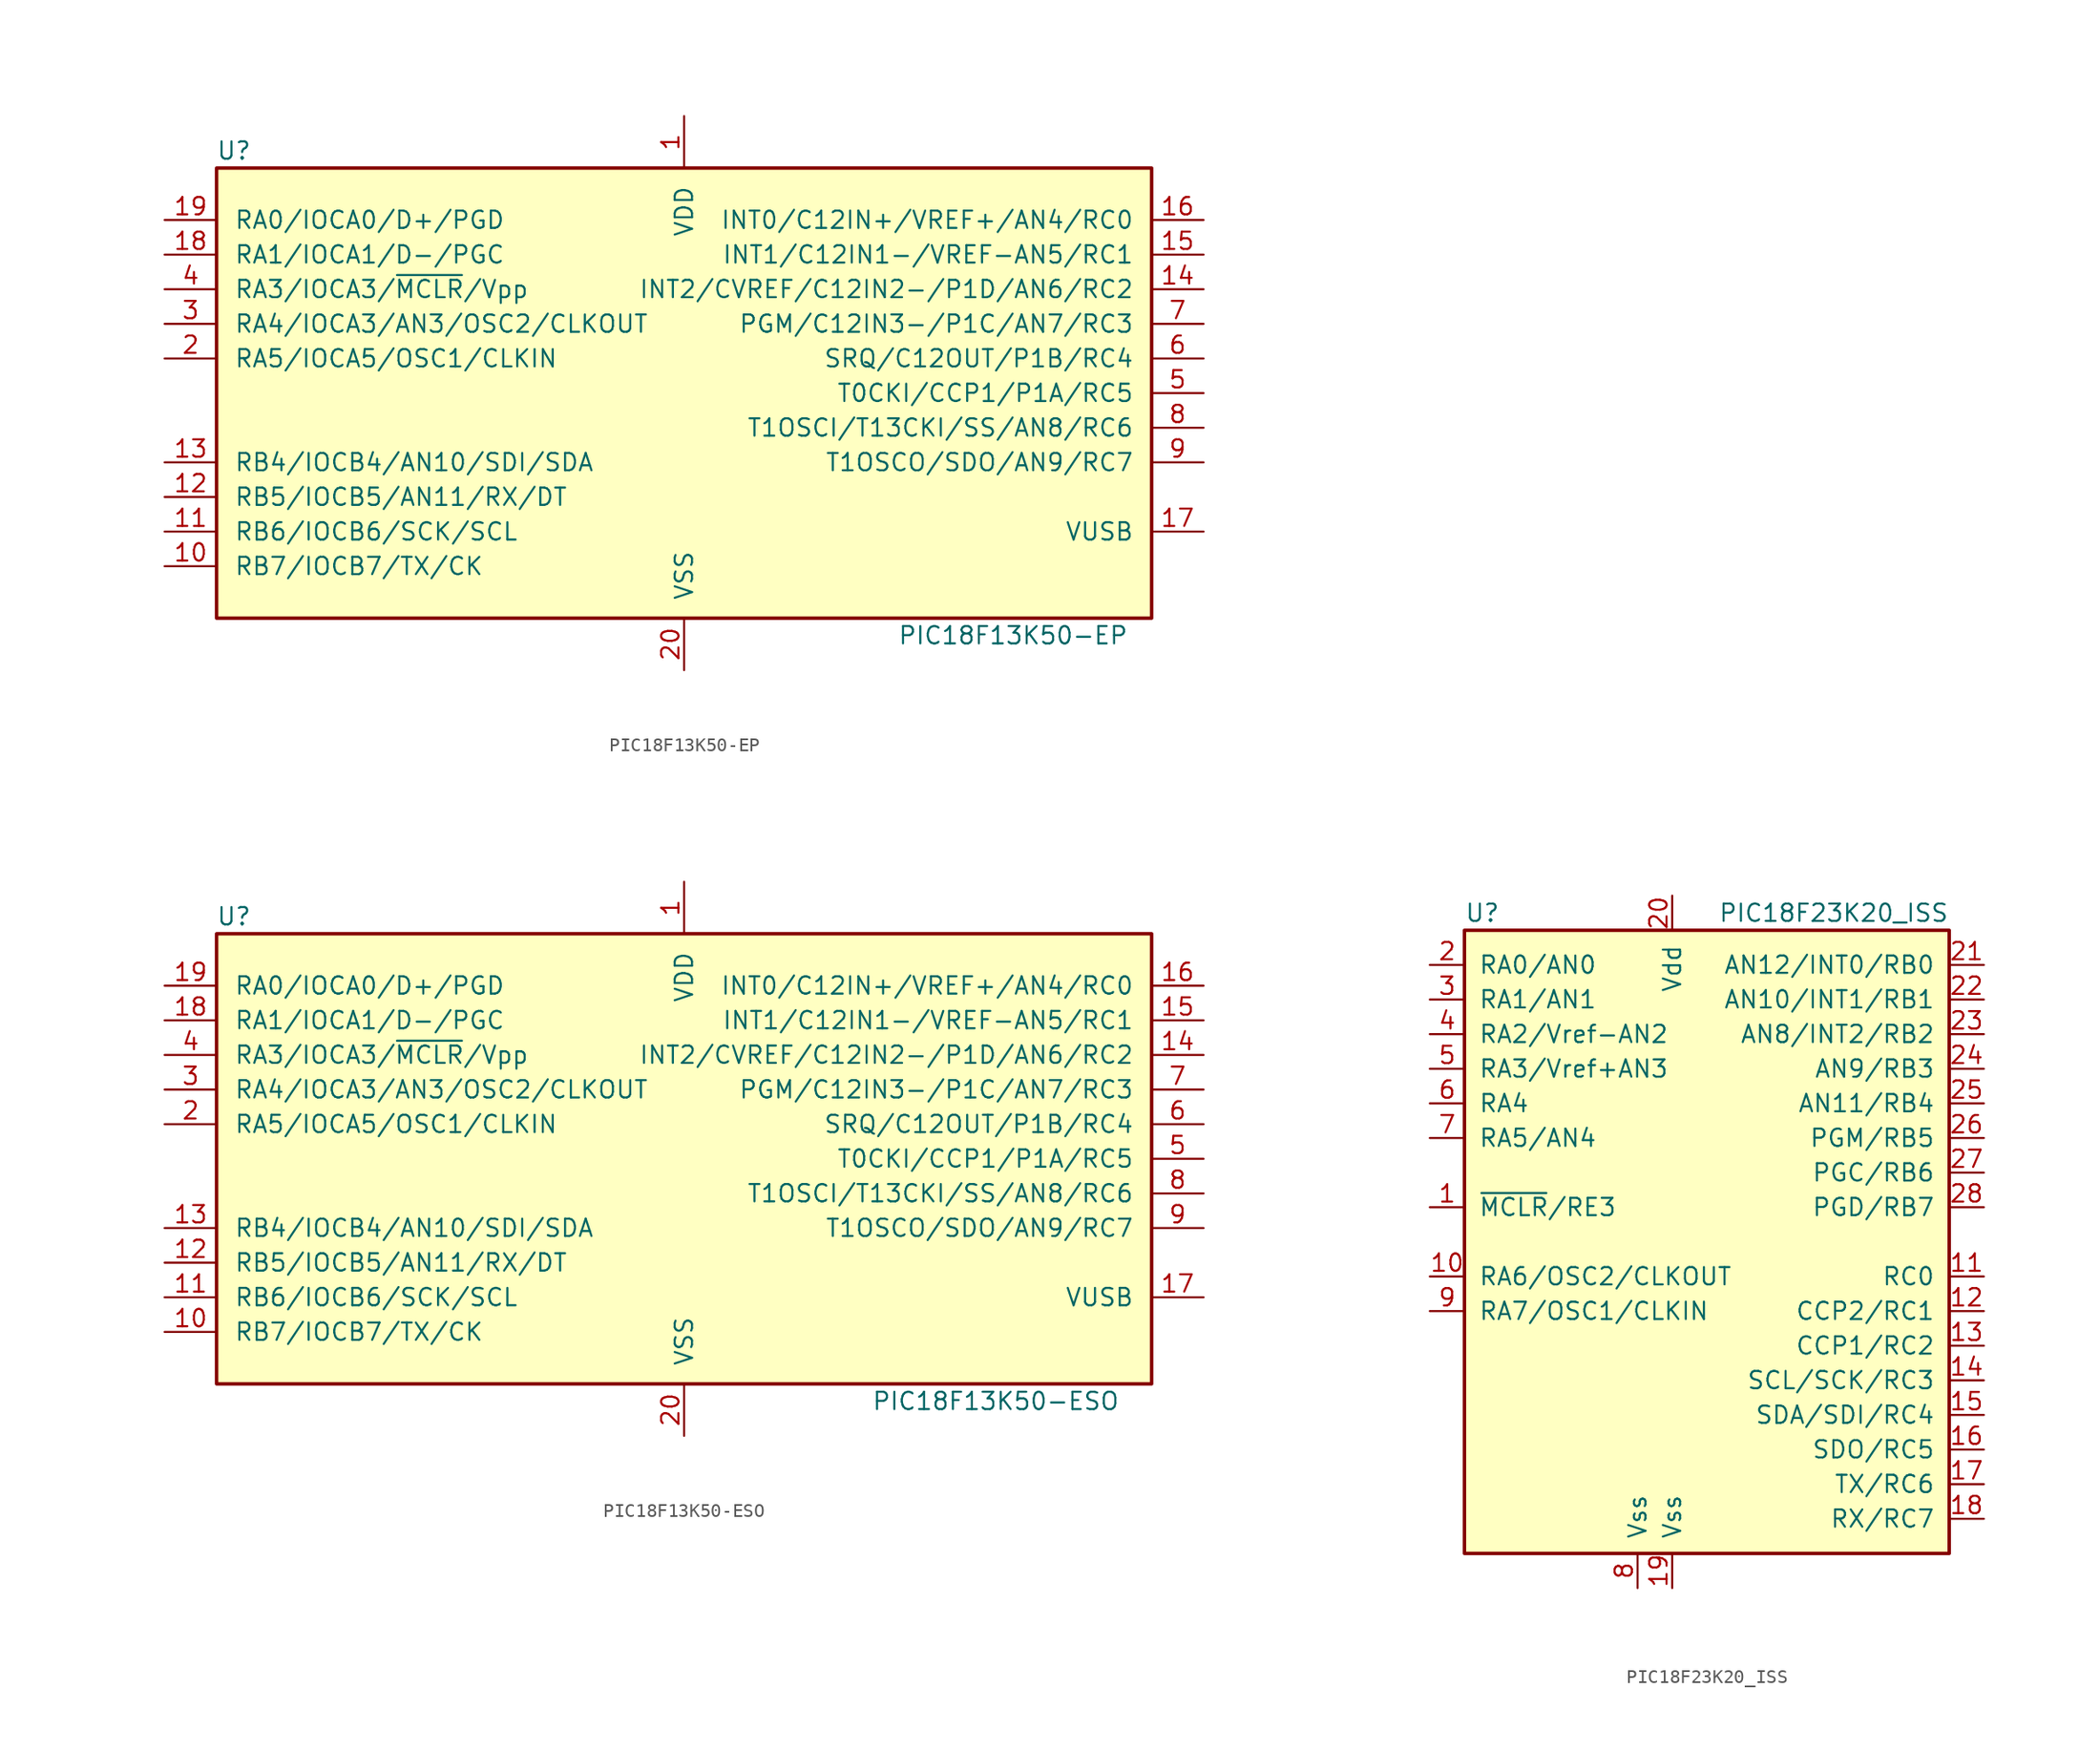
<source format=kicad_sym>
(kicad_symbol_lib
  (version 20231120)
  (generator "kicad_symbol_editor")
  (generator_version "8.0")
  (symbol "PIC18F13K50-EP"
    (pin_names
      (offset 1.27))
    (property "Reference" "U"
      (at -33.02 17.78 0)
      (effects (font (size 1.27 1.27))))
    (property "Value" "PIC18F13K50-EP"
      (at 24.13 -17.78 0)
      (effects (font (size 1.27 1.27))))
    (symbol "PIC18F13K50-EP_0_1"
      (rectangle (start -34.29 16.51) (end 34.29 -16.51) (stroke (width 0.254) (type default)) (fill (type background))))
    (symbol "PIC18F13K50-EP_1_1"
      (pin power_in line (at 0 20.32 270) (length 3.81) (name "VDD" (effects (font (size 1.27 1.27)))) (number "1" (effects (font (size 1.27 1.27)))))
      (pin bidirectional line (at -38.1 -12.7 0) (length 3.81) (name "RB7/IOCB7/TX/CK" (effects (font (size 1.27 1.27)))) (number "10" (effects (font (size 1.27 1.27)))))
      (pin bidirectional line (at -38.1 -10.16 0) (length 3.81) (name "RB6/IOCB6/SCK/SCL" (effects (font (size 1.27 1.27)))) (number "11" (effects (font (size 1.27 1.27)))))
      (pin bidirectional line (at -38.1 -7.62 0) (length 3.81) (name "RB5/IOCB5/AN11/RX/DT" (effects (font (size 1.27 1.27)))) (number "12" (effects (font (size 1.27 1.27)))))
      (pin bidirectional line (at -38.1 -5.08 0) (length 3.81) (name "RB4/IOCB4/AN10/SDI/SDA" (effects (font (size 1.27 1.27)))) (number "13" (effects (font (size 1.27 1.27)))))
      (pin bidirectional line (at 38.1 7.62 180) (length 3.81) (name "INT2/CVREF/C12IN2-/P1D/AN6/RC2" (effects (font (size 1.27 1.27)))) (number "14" (effects (font (size 1.27 1.27)))))
      (pin bidirectional line (at 38.1 10.16 180) (length 3.81) (name "INT1/C12IN1-/VREF-AN5/RC1" (effects (font (size 1.27 1.27)))) (number "15" (effects (font (size 1.27 1.27)))))
      (pin bidirectional line (at 38.1 12.7 180) (length 3.81) (name "INT0/C12IN+/VREF+/AN4/RC0" (effects (font (size 1.27 1.27)))) (number "16" (effects (font (size 1.27 1.27)))))
      (pin passive line (at 38.1 -10.16 180) (length 3.81) (name "VUSB" (effects (font (size 1.27 1.27)))) (number "17" (effects (font (size 1.27 1.27)))))
      (pin bidirectional line (at -38.1 10.16 0) (length 3.81) (name "RA1/IOCA1/D-/PGC" (effects (font (size 1.27 1.27)))) (number "18" (effects (font (size 1.27 1.27)))))
      (pin bidirectional line (at -38.1 12.7 0) (length 3.81) (name "RA0/IOCA0/D+/PGD" (effects (font (size 1.27 1.27)))) (number "19" (effects (font (size 1.27 1.27)))))
      (pin bidirectional line (at -38.1 2.54 0) (length 3.81) (name "RA5/IOCA5/OSC1/CLKIN" (effects (font (size 1.27 1.27)))) (number "2" (effects (font (size 1.27 1.27)))))
      (pin power_in line (at 0 -20.32 90) (length 3.81) (name "VSS" (effects (font (size 1.27 1.27)))) (number "20" (effects (font (size 1.27 1.27)))))
      (pin bidirectional line (at -38.1 5.08 0) (length 3.81) (name "RA4/IOCA3/AN3/OSC2/CLKOUT" (effects (font (size 1.27 1.27)))) (number "3" (effects (font (size 1.27 1.27)))))
      (pin input line (at -38.1 7.62 0) (length 3.81) (name "RA3/IOCA3/~{MCLR}/Vpp" (effects (font (size 1.27 1.27)))) (number "4" (effects (font (size 1.27 1.27)))))
      (pin bidirectional line (at 38.1 0 180) (length 3.81) (name "T0CKI/CCP1/P1A/RC5" (effects (font (size 1.27 1.27)))) (number "5" (effects (font (size 1.27 1.27)))))
      (pin bidirectional line (at 38.1 2.54 180) (length 3.81) (name "SRQ/C12OUT/P1B/RC4" (effects (font (size 1.27 1.27)))) (number "6" (effects (font (size 1.27 1.27)))))
      (pin bidirectional line (at 38.1 5.08 180) (length 3.81) (name "PGM/C12IN3-/P1C/AN7/RC3" (effects (font (size 1.27 1.27)))) (number "7" (effects (font (size 1.27 1.27)))))
      (pin bidirectional line (at 38.1 -2.54 180) (length 3.81) (name "T1OSCI/T13CKI/SS/AN8/RC6" (effects (font (size 1.27 1.27)))) (number "8" (effects (font (size 1.27 1.27)))))
      (pin bidirectional line (at 38.1 -5.08 180) (length 3.81) (name "T1OSCO/SDO/AN9/RC7" (effects (font (size 1.27 1.27)))) (number "9" (effects (font (size 1.27 1.27)))))))
  (symbol "PIC18F13K50-ESO"
    (pin_names
      (offset 1.27))
    (property "Reference" "U"
      (at -33.02 17.78 0)
      (effects (font (size 1.27 1.27))))
    (property "Value" "PIC18F13K50-ESO"
      (at 22.86 -17.78 0)
      (effects (font (size 1.27 1.27))))
    (symbol "PIC18F13K50-ESO_0_1"
      (rectangle (start -34.29 16.51) (end 34.29 -16.51) (stroke (width 0.254) (type default)) (fill (type background))))
    (symbol "PIC18F13K50-ESO_1_1"
      (pin power_in line (at 0 20.32 270) (length 3.81) (name "VDD" (effects (font (size 1.27 1.27)))) (number "1" (effects (font (size 1.27 1.27)))))
      (pin bidirectional line (at -38.1 -12.7 0) (length 3.81) (name "RB7/IOCB7/TX/CK" (effects (font (size 1.27 1.27)))) (number "10" (effects (font (size 1.27 1.27)))))
      (pin bidirectional line (at -38.1 -10.16 0) (length 3.81) (name "RB6/IOCB6/SCK/SCL" (effects (font (size 1.27 1.27)))) (number "11" (effects (font (size 1.27 1.27)))))
      (pin bidirectional line (at -38.1 -7.62 0) (length 3.81) (name "RB5/IOCB5/AN11/RX/DT" (effects (font (size 1.27 1.27)))) (number "12" (effects (font (size 1.27 1.27)))))
      (pin bidirectional line (at -38.1 -5.08 0) (length 3.81) (name "RB4/IOCB4/AN10/SDI/SDA" (effects (font (size 1.27 1.27)))) (number "13" (effects (font (size 1.27 1.27)))))
      (pin bidirectional line (at 38.1 7.62 180) (length 3.81) (name "INT2/CVREF/C12IN2-/P1D/AN6/RC2" (effects (font (size 1.27 1.27)))) (number "14" (effects (font (size 1.27 1.27)))))
      (pin bidirectional line (at 38.1 10.16 180) (length 3.81) (name "INT1/C12IN1-/VREF-AN5/RC1" (effects (font (size 1.27 1.27)))) (number "15" (effects (font (size 1.27 1.27)))))
      (pin bidirectional line (at 38.1 12.7 180) (length 3.81) (name "INT0/C12IN+/VREF+/AN4/RC0" (effects (font (size 1.27 1.27)))) (number "16" (effects (font (size 1.27 1.27)))))
      (pin passive line (at 38.1 -10.16 180) (length 3.81) (name "VUSB" (effects (font (size 1.27 1.27)))) (number "17" (effects (font (size 1.27 1.27)))))
      (pin bidirectional line (at -38.1 10.16 0) (length 3.81) (name "RA1/IOCA1/D-/PGC" (effects (font (size 1.27 1.27)))) (number "18" (effects (font (size 1.27 1.27)))))
      (pin bidirectional line (at -38.1 12.7 0) (length 3.81) (name "RA0/IOCA0/D+/PGD" (effects (font (size 1.27 1.27)))) (number "19" (effects (font (size 1.27 1.27)))))
      (pin bidirectional line (at -38.1 2.54 0) (length 3.81) (name "RA5/IOCA5/OSC1/CLKIN" (effects (font (size 1.27 1.27)))) (number "2" (effects (font (size 1.27 1.27)))))
      (pin power_in line (at 0 -20.32 90) (length 3.81) (name "VSS" (effects (font (size 1.27 1.27)))) (number "20" (effects (font (size 1.27 1.27)))))
      (pin bidirectional line (at -38.1 5.08 0) (length 3.81) (name "RA4/IOCA3/AN3/OSC2/CLKOUT" (effects (font (size 1.27 1.27)))) (number "3" (effects (font (size 1.27 1.27)))))
      (pin input line (at -38.1 7.62 0) (length 3.81) (name "RA3/IOCA3/~{MCLR}/Vpp" (effects (font (size 1.27 1.27)))) (number "4" (effects (font (size 1.27 1.27)))))
      (pin bidirectional line (at 38.1 0 180) (length 3.81) (name "T0CKI/CCP1/P1A/RC5" (effects (font (size 1.27 1.27)))) (number "5" (effects (font (size 1.27 1.27)))))
      (pin bidirectional line (at 38.1 2.54 180) (length 3.81) (name "SRQ/C12OUT/P1B/RC4" (effects (font (size 1.27 1.27)))) (number "6" (effects (font (size 1.27 1.27)))))
      (pin bidirectional line (at 38.1 5.08 180) (length 3.81) (name "PGM/C12IN3-/P1C/AN7/RC3" (effects (font (size 1.27 1.27)))) (number "7" (effects (font (size 1.27 1.27)))))
      (pin bidirectional line (at 38.1 -2.54 180) (length 3.81) (name "T1OSCI/T13CKI/SS/AN8/RC6" (effects (font (size 1.27 1.27)))) (number "8" (effects (font (size 1.27 1.27)))))
      (pin bidirectional line (at 38.1 -5.08 180) (length 3.81) (name "T1OSCO/SDO/AN9/RC7" (effects (font (size 1.27 1.27)))) (number "9" (effects (font (size 1.27 1.27)))))))
  (symbol "PIC18F23K20_ISS"
    (pin_names
      (offset 1.016))
    (property "Reference" "U"
      (at -17.78 24.13 0)
      (effects (font (size 1.27 1.27)) (justify left)))
    (property "Value" "PIC18F23K20_ISS"
      (at 17.78 24.13 0)
      (effects (font (size 1.27 1.27)) (justify right)))
    (symbol "PIC18F23K20_ISS_0_1"
      (rectangle (start -17.78 22.86) (end 17.78 -22.86) (stroke (width 0.254) (type default)) (fill (type background))))
    (symbol "PIC18F23K20_ISS_1_1"
      (pin bidirectional line (at -20.32 2.54 0) (length 2.54) (name "~{MCLR}/RE3" (effects (font (size 1.27 1.27)))) (number "1" (effects (font (size 1.27 1.27)))))
      (pin input line (at -20.32 -2.54 0) (length 2.54) (name "RA6/OSC2/CLKOUT" (effects (font (size 1.27 1.27)))) (number "10" (effects (font (size 1.27 1.27)))))
      (pin bidirectional line (at 20.32 -2.54 180) (length 2.54) (name "RC0" (effects (font (size 1.27 1.27)))) (number "11" (effects (font (size 1.27 1.27)))))
      (pin bidirectional line (at 20.32 -5.08 180) (length 2.54) (name "CCP2/RC1" (effects (font (size 1.27 1.27)))) (number "12" (effects (font (size 1.27 1.27)))))
      (pin bidirectional line (at 20.32 -7.62 180) (length 2.54) (name "CCP1/RC2" (effects (font (size 1.27 1.27)))) (number "13" (effects (font (size 1.27 1.27)))))
      (pin bidirectional line (at 20.32 -10.16 180) (length 2.54) (name "SCL/SCK/RC3" (effects (font (size 1.27 1.27)))) (number "14" (effects (font (size 1.27 1.27)))))
      (pin bidirectional line (at 20.32 -12.7 180) (length 2.54) (name "SDA/SDI/RC4" (effects (font (size 1.27 1.27)))) (number "15" (effects (font (size 1.27 1.27)))))
      (pin bidirectional line (at 20.32 -15.24 180) (length 2.54) (name "SDO/RC5" (effects (font (size 1.27 1.27)))) (number "16" (effects (font (size 1.27 1.27)))))
      (pin bidirectional line (at 20.32 -17.78 180) (length 2.54) (name "TX/RC6" (effects (font (size 1.27 1.27)))) (number "17" (effects (font (size 1.27 1.27)))))
      (pin bidirectional line (at 20.32 -20.32 180) (length 2.54) (name "RX/RC7" (effects (font (size 1.27 1.27)))) (number "18" (effects (font (size 1.27 1.27)))))
      (pin power_in line (at -2.54 -25.4 90) (length 2.54) (name "Vss" (effects (font (size 1.27 1.27)))) (number "19" (effects (font (size 1.27 1.27)))))
      (pin bidirectional line (at -20.32 20.32 0) (length 2.54) (name "RA0/AN0" (effects (font (size 1.27 1.27)))) (number "2" (effects (font (size 1.27 1.27)))))
      (pin power_in line (at -2.54 25.4 270) (length 2.54) (name "Vdd" (effects (font (size 1.27 1.27)))) (number "20" (effects (font (size 1.27 1.27)))))
      (pin bidirectional line (at 20.32 20.32 180) (length 2.54) (name "AN12/INT0/RB0" (effects (font (size 1.27 1.27)))) (number "21" (effects (font (size 1.27 1.27)))))
      (pin bidirectional line (at 20.32 17.78 180) (length 2.54) (name "AN10/INT1/RB1" (effects (font (size 1.27 1.27)))) (number "22" (effects (font (size 1.27 1.27)))))
      (pin bidirectional line (at 20.32 15.24 180) (length 2.54) (name "AN8/INT2/RB2" (effects (font (size 1.27 1.27)))) (number "23" (effects (font (size 1.27 1.27)))))
      (pin bidirectional line (at 20.32 12.7 180) (length 2.54) (name "AN9/RB3" (effects (font (size 1.27 1.27)))) (number "24" (effects (font (size 1.27 1.27)))))
      (pin bidirectional line (at 20.32 10.16 180) (length 2.54) (name "AN11/RB4" (effects (font (size 1.27 1.27)))) (number "25" (effects (font (size 1.27 1.27)))))
      (pin bidirectional line (at 20.32 7.62 180) (length 2.54) (name "PGM/RB5" (effects (font (size 1.27 1.27)))) (number "26" (effects (font (size 1.27 1.27)))))
      (pin bidirectional line (at 20.32 5.08 180) (length 2.54) (name "PGC/RB6" (effects (font (size 1.27 1.27)))) (number "27" (effects (font (size 1.27 1.27)))))
      (pin bidirectional line (at 20.32 2.54 180) (length 2.54) (name "PGD/RB7" (effects (font (size 1.27 1.27)))) (number "28" (effects (font (size 1.27 1.27)))))
      (pin bidirectional line (at -20.32 17.78 0) (length 2.54) (name "RA1/AN1" (effects (font (size 1.27 1.27)))) (number "3" (effects (font (size 1.27 1.27)))))
      (pin bidirectional line (at -20.32 15.24 0) (length 2.54) (name "RA2/Vref-AN2" (effects (font (size 1.27 1.27)))) (number "4" (effects (font (size 1.27 1.27)))))
      (pin bidirectional line (at -20.32 12.7 0) (length 2.54) (name "RA3/Vref+AN3" (effects (font (size 1.27 1.27)))) (number "5" (effects (font (size 1.27 1.27)))))
      (pin power_in line (at -20.32 10.16 0) (length 2.54) (name "RA4" (effects (font (size 1.27 1.27)))) (number "6" (effects (font (size 1.27 1.27)))))
      (pin bidirectional line (at -20.32 7.62 0) (length 2.54) (name "RA5/AN4" (effects (font (size 1.27 1.27)))) (number "7" (effects (font (size 1.27 1.27)))))
      (pin power_in line (at -5.08 -25.4 90) (length 2.54) (name "Vss" (effects (font (size 1.27 1.27)))) (number "8" (effects (font (size 1.27 1.27)))))
      (pin input line (at -20.32 -5.08 0) (length 2.54) (name "RA7/OSC1/CLKIN" (effects (font (size 1.27 1.27)))) (number "9" (effects (font (size 1.27 1.27))))))))
</source>
